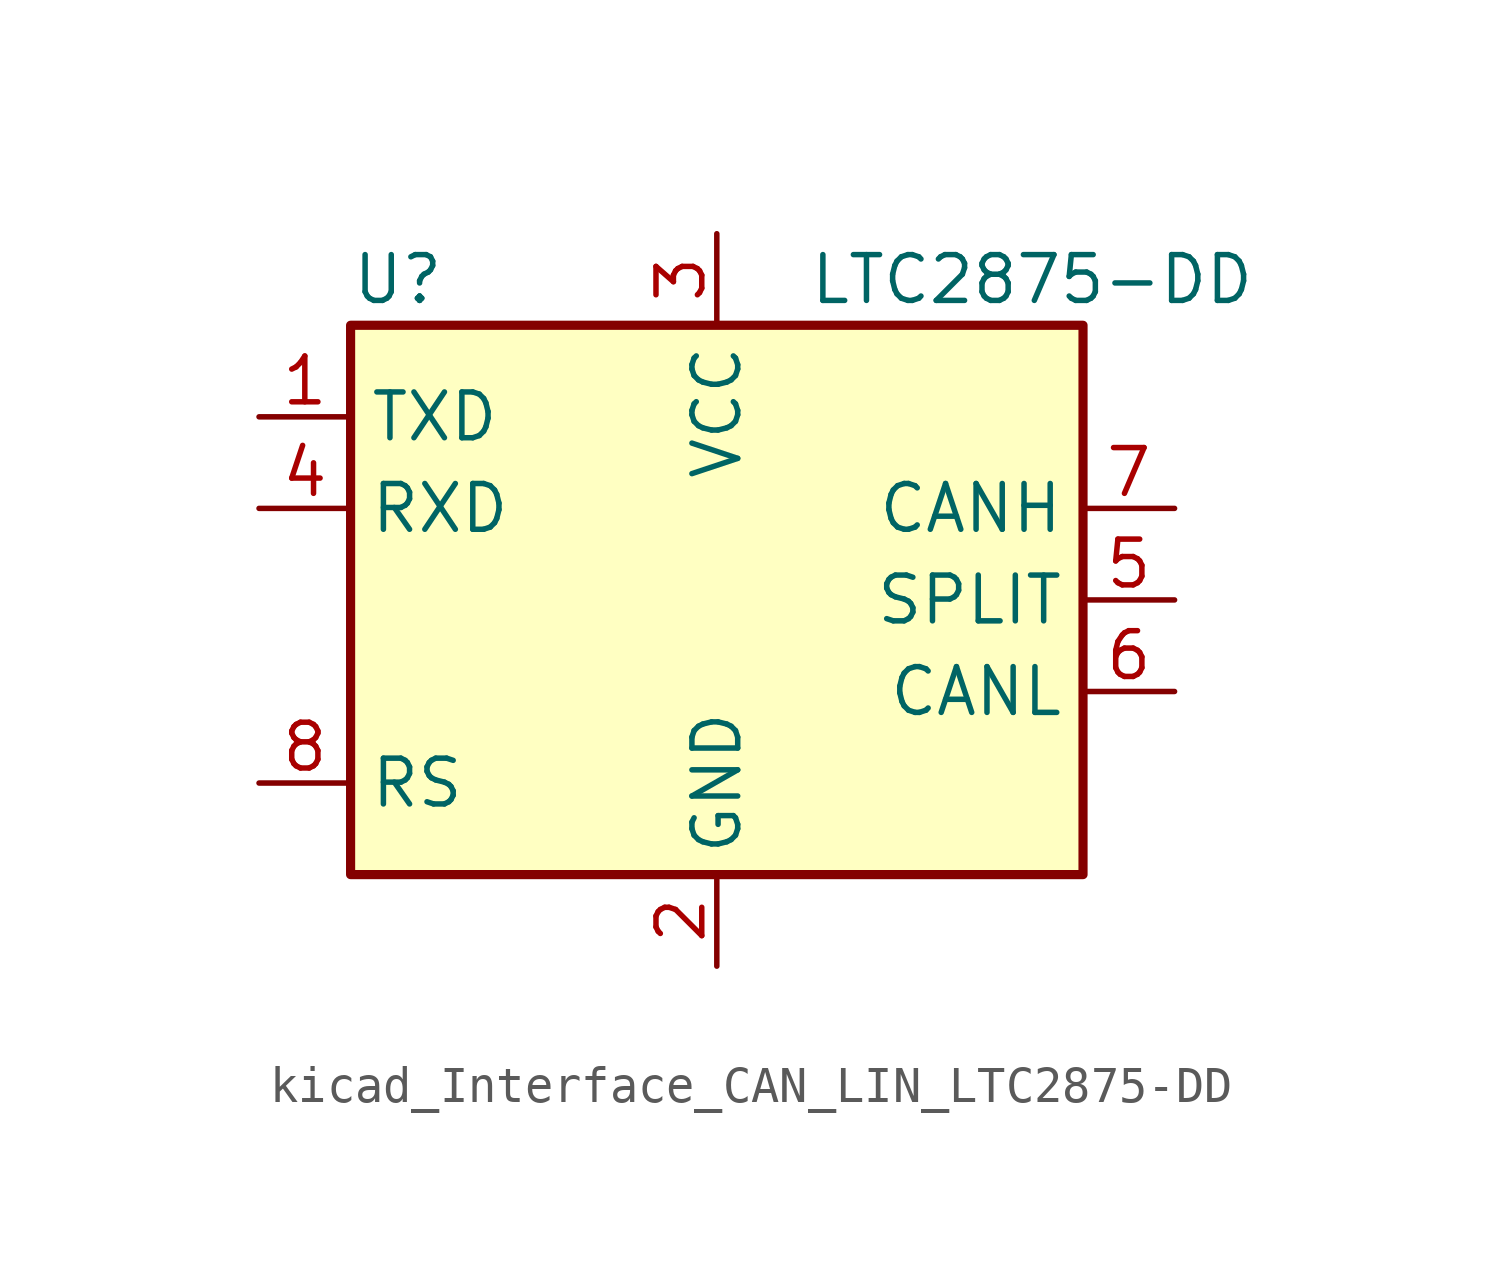
<source format=kicad_sym>
(kicad_symbol_lib
  (version 20220914)
  (generator kicad_symbol_editor)
  (symbol "kicad_Interface_CAN_LIN_LTC2875-DD"
    (property "Reference" "U"
      (at -10.16 8.89 0)
      (effects (font (size 1.27 1.27)) (justify left)))
    (property "Value" "LTC2875-DD"
      (at 2.54 8.89 0)
      (effects (font (size 1.27 1.27)) (justify left)))
    (symbol "kicad_Interface_CAN_LIN_LTC2875-DD_0_1"
      (rectangle (start -10.16 7.62) (end 10.16 -7.62) (stroke (width 0.254) (type default)) (fill (type background))))
    (symbol "kicad_Interface_CAN_LIN_LTC2875-DD_1_1"
      (pin input line (at -12.7 5.08 0) (length 2.54) (name "TXD" (effects (font (size 1.27 1.27)))) (number "1" (effects (font (size 1.27 1.27)))))
      (pin power_in line (at 0 -10.16 90) (length 2.54) (name "GND" (effects (font (size 1.27 1.27)))) (number "2" (effects (font (size 1.27 1.27)))))
      (pin power_in line (at 0 10.16 270) (length 2.54) (name "VCC" (effects (font (size 1.27 1.27)))) (number "3" (effects (font (size 1.27 1.27)))))
      (pin output line (at -12.7 2.54 0) (length 2.54) (name "RXD" (effects (font (size 1.27 1.27)))) (number "4" (effects (font (size 1.27 1.27)))))
      (pin input line (at 12.7 0 180) (length 2.54) (name "SPLIT" (effects (font (size 1.27 1.27)))) (number "5" (effects (font (size 1.27 1.27)))))
      (pin bidirectional line (at 12.7 -2.54 180) (length 2.54) (name "CANL" (effects (font (size 1.27 1.27)))) (number "6" (effects (font (size 1.27 1.27)))))
      (pin bidirectional line (at 12.7 2.54 180) (length 2.54) (name "CANH" (effects (font (size 1.27 1.27)))) (number "7" (effects (font (size 1.27 1.27)))))
      (pin input line (at -12.7 -5.08 0) (length 2.54) (name "RS" (effects (font (size 1.27 1.27)))) (number "8" (effects (font (size 1.27 1.27)))))
      (pin passive line (at 0 -10.16 90) (length 2.54) hide (name "GND" (effects (font (size 1.27 1.27)))) (number "9" (effects (font (size 1.27 1.27))))))))
</source>
